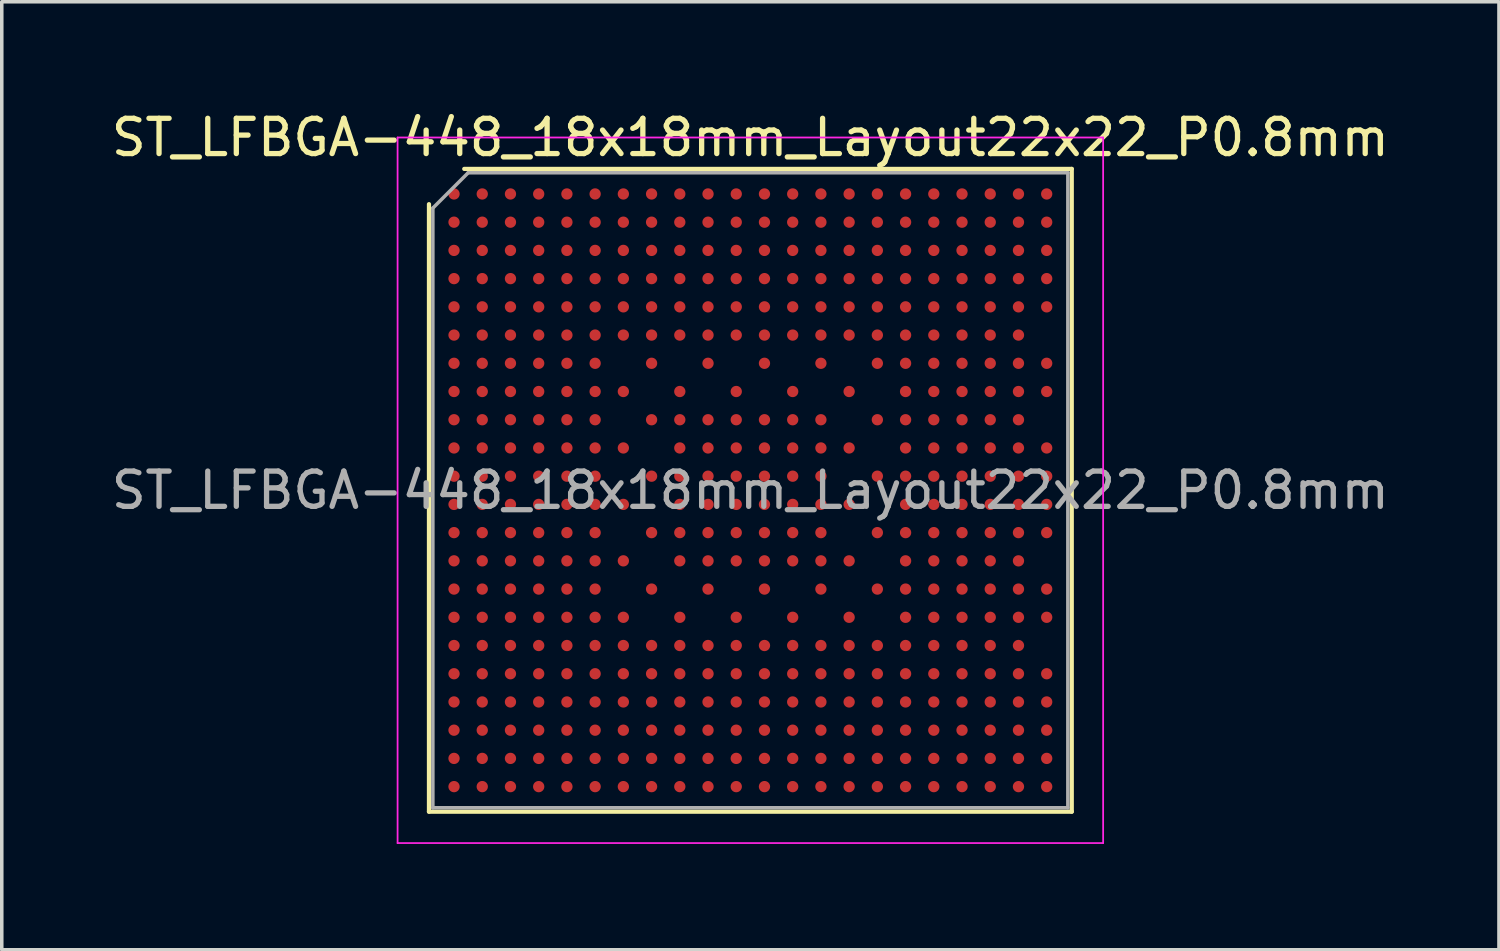
<source format=kicad_pcb>
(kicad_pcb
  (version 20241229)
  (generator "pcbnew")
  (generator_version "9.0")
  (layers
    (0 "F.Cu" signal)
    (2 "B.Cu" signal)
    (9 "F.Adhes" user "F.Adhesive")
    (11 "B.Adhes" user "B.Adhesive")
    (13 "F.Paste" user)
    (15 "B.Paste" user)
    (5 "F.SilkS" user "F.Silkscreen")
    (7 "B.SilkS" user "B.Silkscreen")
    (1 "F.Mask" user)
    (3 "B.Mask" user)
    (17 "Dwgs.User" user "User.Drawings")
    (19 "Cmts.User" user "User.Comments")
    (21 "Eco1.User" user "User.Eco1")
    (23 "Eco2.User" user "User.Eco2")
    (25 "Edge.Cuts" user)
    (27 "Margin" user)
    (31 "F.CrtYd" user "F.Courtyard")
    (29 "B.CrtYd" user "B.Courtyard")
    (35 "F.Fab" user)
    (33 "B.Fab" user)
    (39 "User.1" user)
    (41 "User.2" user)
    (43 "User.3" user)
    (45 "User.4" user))
  (footprint "ST_LFBGA-448_18x18mm_Layout22x22_P0.8mm"
    (layer "F.Cu")
    (at 18.22 10.848)
    (property "Reference" "ST_LFBGA-448_18x18mm_Layout22x22_P0.8mm" (at 0 -10 0) (layer "F.SilkS") (effects (font (size 1 1) (thickness 0.15))))
    (attr smd)
    (fp_line (start -9.11 9.11) (end -9.11 -8.11) (stroke (width 0.12) (type solid)) (layer "F.SilkS"))
    (fp_line (start -8.11 -9.11) (end 9.11 -9.11) (stroke (width 0.12) (type solid)) (layer "F.SilkS"))
    (fp_line (start 9.11 -9.11) (end 9.11 9.11) (stroke (width 0.12) (type solid)) (layer "F.SilkS"))
    (fp_line (start 9.11 9.11) (end -9.11 9.11) (stroke (width 0.12) (type solid)) (layer "F.SilkS"))
    (fp_line (start -10 -10) (end -10 10) (stroke (width 0.05) (type solid)) (layer "F.CrtYd"))
    (fp_line (start -10 10) (end 10 10) (stroke (width 0.05) (type solid)) (layer "F.CrtYd"))
    (fp_line (start 10 -10) (end -10 -10) (stroke (width 0.05) (type solid)) (layer "F.CrtYd"))
    (fp_line (start 10 10) (end 10 -10) (stroke (width 0.05) (type solid)) (layer "F.CrtYd"))
    (fp_line (start -9 -8) (end -8 -9) (stroke (width 0.1) (type solid)) (layer "F.Fab"))
    (fp_line (start -9 9) (end -9 -8) (stroke (width 0.1) (type solid)) (layer "F.Fab"))
    (fp_line (start -8 -9) (end 9 -9) (stroke (width 0.1) (type solid)) (layer "F.Fab"))
    (fp_line (start 9 -9) (end 9 9) (stroke (width 0.1) (type solid)) (layer "F.Fab"))
    (fp_line (start 9 9) (end -9 9) (stroke (width 0.1) (type solid)) (layer "F.Fab"))
    (fp_text user "${REFERENCE}" (at 0 0 0) (layer "F.Fab") (effects (font (size 1 1) (thickness 0.15))))
    (pad "A1" smd circle (at -8.4 -8.4) (size 0.32 0.32) (layers "F.Cu" "F.Mask" "F.Paste"))
    (pad "A2" smd circle (at -7.6 -8.4) (size 0.32 0.32) (layers "F.Cu" "F.Mask" "F.Paste"))
    (pad "A3" smd circle (at -6.8 -8.4) (size 0.32 0.32) (layers "F.Cu" "F.Mask" "F.Paste"))
    (pad "A4" smd circle (at -6 -8.4) (size 0.32 0.32) (layers "F.Cu" "F.Mask" "F.Paste"))
    (pad "A5" smd circle (at -5.2 -8.4) (size 0.32 0.32) (layers "F.Cu" "F.Mask" "F.Paste"))
    (pad "A6" smd circle (at -4.4 -8.4) (size 0.32 0.32) (layers "F.Cu" "F.Mask" "F.Paste"))
    (pad "A7" smd circle (at -3.6 -8.4) (size 0.32 0.32) (layers "F.Cu" "F.Mask" "F.Paste"))
    (pad "A8" smd circle (at -2.8 -8.4) (size 0.32 0.32) (layers "F.Cu" "F.Mask" "F.Paste"))
    (pad "A9" smd circle (at -2 -8.4) (size 0.32 0.32) (layers "F.Cu" "F.Mask" "F.Paste"))
    (pad "A10" smd circle (at -1.2 -8.4) (size 0.32 0.32) (layers "F.Cu" "F.Mask" "F.Paste"))
    (pad "A11" smd circle (at -0.4 -8.4) (size 0.32 0.32) (layers "F.Cu" "F.Mask" "F.Paste"))
    (pad "A12" smd circle (at 0.4 -8.4) (size 0.32 0.32) (layers "F.Cu" "F.Mask" "F.Paste"))
    (pad "A13" smd circle (at 1.2 -8.4) (size 0.32 0.32) (layers "F.Cu" "F.Mask" "F.Paste"))
    (pad "A14" smd circle (at 2 -8.4) (size 0.32 0.32) (layers "F.Cu" "F.Mask" "F.Paste"))
    (pad "A15" smd circle (at 2.8 -8.4) (size 0.32 0.32) (layers "F.Cu" "F.Mask" "F.Paste"))
    (pad "A16" smd circle (at 3.6 -8.4) (size 0.32 0.32) (layers "F.Cu" "F.Mask" "F.Paste"))
    (pad "A17" smd circle (at 4.4 -8.4) (size 0.32 0.32) (layers "F.Cu" "F.Mask" "F.Paste"))
    (pad "A18" smd circle (at 5.2 -8.4) (size 0.32 0.32) (layers "F.Cu" "F.Mask" "F.Paste"))
    (pad "A19" smd circle (at 6 -8.4) (size 0.32 0.32) (layers "F.Cu" "F.Mask" "F.Paste"))
    (pad "A20" smd circle (at 6.8 -8.4) (size 0.32 0.32) (layers "F.Cu" "F.Mask" "F.Paste"))
    (pad "A21" smd circle (at 7.6 -8.4) (size 0.32 0.32) (layers "F.Cu" "F.Mask" "F.Paste"))
    (pad "A22" smd circle (at 8.4 -8.4) (size 0.32 0.32) (layers "F.Cu" "F.Mask" "F.Paste"))
    (pad "AA1" smd circle (at -8.4 7.6) (size 0.32 0.32) (layers "F.Cu" "F.Mask" "F.Paste"))
    (pad "AA2" smd circle (at -7.6 7.6) (size 0.32 0.32) (layers "F.Cu" "F.Mask" "F.Paste"))
    (pad "AA3" smd circle (at -6.8 7.6) (size 0.32 0.32) (layers "F.Cu" "F.Mask" "F.Paste"))
    (pad "AA4" smd circle (at -6 7.6) (size 0.32 0.32) (layers "F.Cu" "F.Mask" "F.Paste"))
    (pad "AA5" smd circle (at -5.2 7.6) (size 0.32 0.32) (layers "F.Cu" "F.Mask" "F.Paste"))
    (pad "AA6" smd circle (at -4.4 7.6) (size 0.32 0.32) (layers "F.Cu" "F.Mask" "F.Paste"))
    (pad "AA7" smd circle (at -3.6 7.6) (size 0.32 0.32) (layers "F.Cu" "F.Mask" "F.Paste"))
    (pad "AA8" smd circle (at -2.8 7.6) (size 0.32 0.32) (layers "F.Cu" "F.Mask" "F.Paste"))
    (pad "AA9" smd circle (at -2 7.6) (size 0.32 0.32) (layers "F.Cu" "F.Mask" "F.Paste"))
    (pad "AA10" smd circle (at -1.2 7.6) (size 0.32 0.32) (layers "F.Cu" "F.Mask" "F.Paste"))
    (pad "AA11" smd circle (at -0.4 7.6) (size 0.32 0.32) (layers "F.Cu" "F.Mask" "F.Paste"))
    (pad "AA12" smd circle (at 0.4 7.6) (size 0.32 0.32) (layers "F.Cu" "F.Mask" "F.Paste"))
    (pad "AA13" smd circle (at 1.2 7.6) (size 0.32 0.32) (layers "F.Cu" "F.Mask" "F.Paste"))
    (pad "AA14" smd circle (at 2 7.6) (size 0.32 0.32) (layers "F.Cu" "F.Mask" "F.Paste"))
    (pad "AA15" smd circle (at 2.8 7.6) (size 0.32 0.32) (layers "F.Cu" "F.Mask" "F.Paste"))
    (pad "AA16" smd circle (at 3.6 7.6) (size 0.32 0.32) (layers "F.Cu" "F.Mask" "F.Paste"))
    (pad "AA17" smd circle (at 4.4 7.6) (size 0.32 0.32) (layers "F.Cu" "F.Mask" "F.Paste"))
    (pad "AA18" smd circle (at 5.2 7.6) (size 0.32 0.32) (layers "F.Cu" "F.Mask" "F.Paste"))
    (pad "AA19" smd circle (at 6 7.6) (size 0.32 0.32) (layers "F.Cu" "F.Mask" "F.Paste"))
    (pad "AA20" smd circle (at 6.8 7.6) (size 0.32 0.32) (layers "F.Cu" "F.Mask" "F.Paste"))
    (pad "AA21" smd circle (at 7.6 7.6) (size 0.32 0.32) (layers "F.Cu" "F.Mask" "F.Paste"))
    (pad "AA22" smd circle (at 8.4 7.6) (size 0.32 0.32) (layers "F.Cu" "F.Mask" "F.Paste"))
    (pad "AB1" smd circle (at -8.4 8.4) (size 0.32 0.32) (layers "F.Cu" "F.Mask" "F.Paste"))
    (pad "AB2" smd circle (at -7.6 8.4) (size 0.32 0.32) (layers "F.Cu" "F.Mask" "F.Paste"))
    (pad "AB3" smd circle (at -6.8 8.4) (size 0.32 0.32) (layers "F.Cu" "F.Mask" "F.Paste"))
    (pad "AB4" smd circle (at -6 8.4) (size 0.32 0.32) (layers "F.Cu" "F.Mask" "F.Paste"))
    (pad "AB5" smd circle (at -5.2 8.4) (size 0.32 0.32) (layers "F.Cu" "F.Mask" "F.Paste"))
    (pad "AB6" smd circle (at -4.4 8.4) (size 0.32 0.32) (layers "F.Cu" "F.Mask" "F.Paste"))
    (pad "AB7" smd circle (at -3.6 8.4) (size 0.32 0.32) (layers "F.Cu" "F.Mask" "F.Paste"))
    (pad "AB8" smd circle (at -2.8 8.4) (size 0.32 0.32) (layers "F.Cu" "F.Mask" "F.Paste"))
    (pad "AB9" smd circle (at -2 8.4) (size 0.32 0.32) (layers "F.Cu" "F.Mask" "F.Paste"))
    (pad "AB10" smd circle (at -1.2 8.4) (size 0.32 0.32) (layers "F.Cu" "F.Mask" "F.Paste"))
    (pad "AB11" smd circle (at -0.4 8.4) (size 0.32 0.32) (layers "F.Cu" "F.Mask" "F.Paste"))
    (pad "AB12" smd circle (at 0.4 8.4) (size 0.32 0.32) (layers "F.Cu" "F.Mask" "F.Paste"))
    (pad "AB13" smd circle (at 1.2 8.4) (size 0.32 0.32) (layers "F.Cu" "F.Mask" "F.Paste"))
    (pad "AB14" smd circle (at 2 8.4) (size 0.32 0.32) (layers "F.Cu" "F.Mask" "F.Paste"))
    (pad "AB15" smd circle (at 2.8 8.4) (size 0.32 0.32) (layers "F.Cu" "F.Mask" "F.Paste"))
    (pad "AB16" smd circle (at 3.6 8.4) (size 0.32 0.32) (layers "F.Cu" "F.Mask" "F.Paste"))
    (pad "AB17" smd circle (at 4.4 8.4) (size 0.32 0.32) (layers "F.Cu" "F.Mask" "F.Paste"))
    (pad "AB18" smd circle (at 5.2 8.4) (size 0.32 0.32) (layers "F.Cu" "F.Mask" "F.Paste"))
    (pad "AB19" smd circle (at 6 8.4) (size 0.32 0.32) (layers "F.Cu" "F.Mask" "F.Paste"))
    (pad "AB20" smd circle (at 6.8 8.4) (size 0.32 0.32) (layers "F.Cu" "F.Mask" "F.Paste"))
    (pad "AB21" smd circle (at 7.6 8.4) (size 0.32 0.32) (layers "F.Cu" "F.Mask" "F.Paste"))
    (pad "AB22" smd circle (at 8.4 8.4) (size 0.32 0.32) (layers "F.Cu" "F.Mask" "F.Paste"))
    (pad "B1" smd circle (at -8.4 -7.6) (size 0.32 0.32) (layers "F.Cu" "F.Mask" "F.Paste"))
    (pad "B2" smd circle (at -7.6 -7.6) (size 0.32 0.32) (layers "F.Cu" "F.Mask" "F.Paste"))
    (pad "B3" smd circle (at -6.8 -7.6) (size 0.32 0.32) (layers "F.Cu" "F.Mask" "F.Paste"))
    (pad "B4" smd circle (at -6 -7.6) (size 0.32 0.32) (layers "F.Cu" "F.Mask" "F.Paste"))
    (pad "B5" smd circle (at -5.2 -7.6) (size 0.32 0.32) (layers "F.Cu" "F.Mask" "F.Paste"))
    (pad "B6" smd circle (at -4.4 -7.6) (size 0.32 0.32) (layers "F.Cu" "F.Mask" "F.Paste"))
    (pad "B7" smd circle (at -3.6 -7.6) (size 0.32 0.32) (layers "F.Cu" "F.Mask" "F.Paste"))
    (pad "B8" smd circle (at -2.8 -7.6) (size 0.32 0.32) (layers "F.Cu" "F.Mask" "F.Paste"))
    (pad "B9" smd circle (at -2 -7.6) (size 0.32 0.32) (layers "F.Cu" "F.Mask" "F.Paste"))
    (pad "B10" smd circle (at -1.2 -7.6) (size 0.32 0.32) (layers "F.Cu" "F.Mask" "F.Paste"))
    (pad "B11" smd circle (at -0.4 -7.6) (size 0.32 0.32) (layers "F.Cu" "F.Mask" "F.Paste"))
    (pad "B12" smd circle (at 0.4 -7.6) (size 0.32 0.32) (layers "F.Cu" "F.Mask" "F.Paste"))
    (pad "B13" smd circle (at 1.2 -7.6) (size 0.32 0.32) (layers "F.Cu" "F.Mask" "F.Paste"))
    (pad "B14" smd circle (at 2 -7.6) (size 0.32 0.32) (layers "F.Cu" "F.Mask" "F.Paste"))
    (pad "B15" smd circle (at 2.8 -7.6) (size 0.32 0.32) (layers "F.Cu" "F.Mask" "F.Paste"))
    (pad "B16" smd circle (at 3.6 -7.6) (size 0.32 0.32) (layers "F.Cu" "F.Mask" "F.Paste"))
    (pad "B17" smd circle (at 4.4 -7.6) (size 0.32 0.32) (layers "F.Cu" "F.Mask" "F.Paste"))
    (pad "B18" smd circle (at 5.2 -7.6) (size 0.32 0.32) (layers "F.Cu" "F.Mask" "F.Paste"))
    (pad "B19" smd circle (at 6 -7.6) (size 0.32 0.32) (layers "F.Cu" "F.Mask" "F.Paste"))
    (pad "B20" smd circle (at 6.8 -7.6) (size 0.32 0.32) (layers "F.Cu" "F.Mask" "F.Paste"))
    (pad "B21" smd circle (at 7.6 -7.6) (size 0.32 0.32) (layers "F.Cu" "F.Mask" "F.Paste"))
    (pad "B22" smd circle (at 8.4 -7.6) (size 0.32 0.32) (layers "F.Cu" "F.Mask" "F.Paste"))
    (pad "C1" smd circle (at -8.4 -6.8) (size 0.32 0.32) (layers "F.Cu" "F.Mask" "F.Paste"))
    (pad "C2" smd circle (at -7.6 -6.8) (size 0.32 0.32) (layers "F.Cu" "F.Mask" "F.Paste"))
    (pad "C3" smd circle (at -6.8 -6.8) (size 0.32 0.32) (layers "F.Cu" "F.Mask" "F.Paste"))
    (pad "C4" smd circle (at -6 -6.8) (size 0.32 0.32) (layers "F.Cu" "F.Mask" "F.Paste"))
    (pad "C5" smd circle (at -5.2 -6.8) (size 0.32 0.32) (layers "F.Cu" "F.Mask" "F.Paste"))
    (pad "C6" smd circle (at -4.4 -6.8) (size 0.32 0.32) (layers "F.Cu" "F.Mask" "F.Paste"))
    (pad "C7" smd circle (at -3.6 -6.8) (size 0.32 0.32) (layers "F.Cu" "F.Mask" "F.Paste"))
    (pad "C8" smd circle (at -2.8 -6.8) (size 0.32 0.32) (layers "F.Cu" "F.Mask" "F.Paste"))
    (pad "C9" smd circle (at -2 -6.8) (size 0.32 0.32) (layers "F.Cu" "F.Mask" "F.Paste"))
    (pad "C10" smd circle (at -1.2 -6.8) (size 0.32 0.32) (layers "F.Cu" "F.Mask" "F.Paste"))
    (pad "C11" smd circle (at -0.4 -6.8) (size 0.32 0.32) (layers "F.Cu" "F.Mask" "F.Paste"))
    (pad "C12" smd circle (at 0.4 -6.8) (size 0.32 0.32) (layers "F.Cu" "F.Mask" "F.Paste"))
    (pad "C13" smd circle (at 1.2 -6.8) (size 0.32 0.32) (layers "F.Cu" "F.Mask" "F.Paste"))
    (pad "C14" smd circle (at 2 -6.8) (size 0.32 0.32) (layers "F.Cu" "F.Mask" "F.Paste"))
    (pad "C15" smd circle (at 2.8 -6.8) (size 0.32 0.32) (layers "F.Cu" "F.Mask" "F.Paste"))
    (pad "C16" smd circle (at 3.6 -6.8) (size 0.32 0.32) (layers "F.Cu" "F.Mask" "F.Paste"))
    (pad "C17" smd circle (at 4.4 -6.8) (size 0.32 0.32) (layers "F.Cu" "F.Mask" "F.Paste"))
    (pad "C18" smd circle (at 5.2 -6.8) (size 0.32 0.32) (layers "F.Cu" "F.Mask" "F.Paste"))
    (pad "C19" smd circle (at 6 -6.8) (size 0.32 0.32) (layers "F.Cu" "F.Mask" "F.Paste"))
    (pad "C20" smd circle (at 6.8 -6.8) (size 0.32 0.32) (layers "F.Cu" "F.Mask" "F.Paste"))
    (pad "C21" smd circle (at 7.6 -6.8) (size 0.32 0.32) (layers "F.Cu" "F.Mask" "F.Paste"))
    (pad "C22" smd circle (at 8.4 -6.8) (size 0.32 0.32) (layers "F.Cu" "F.Mask" "F.Paste"))
    (pad "D1" smd circle (at -8.4 -6) (size 0.32 0.32) (layers "F.Cu" "F.Mask" "F.Paste"))
    (pad "D2" smd circle (at -7.6 -6) (size 0.32 0.32) (layers "F.Cu" "F.Mask" "F.Paste"))
    (pad "D3" smd circle (at -6.8 -6) (size 0.32 0.32) (layers "F.Cu" "F.Mask" "F.Paste"))
    (pad "D4" smd circle (at -6 -6) (size 0.32 0.32) (layers "F.Cu" "F.Mask" "F.Paste"))
    (pad "D5" smd circle (at -5.2 -6) (size 0.32 0.32) (layers "F.Cu" "F.Mask" "F.Paste"))
    (pad "D6" smd circle (at -4.4 -6) (size 0.32 0.32) (layers "F.Cu" "F.Mask" "F.Paste"))
    (pad "D7" smd circle (at -3.6 -6) (size 0.32 0.32) (layers "F.Cu" "F.Mask" "F.Paste"))
    (pad "D8" smd circle (at -2.8 -6) (size 0.32 0.32) (layers "F.Cu" "F.Mask" "F.Paste"))
    (pad "D9" smd circle (at -2 -6) (size 0.32 0.32) (layers "F.Cu" "F.Mask" "F.Paste"))
    (pad "D10" smd circle (at -1.2 -6) (size 0.32 0.32) (layers "F.Cu" "F.Mask" "F.Paste"))
    (pad "D11" smd circle (at -0.4 -6) (size 0.32 0.32) (layers "F.Cu" "F.Mask" "F.Paste"))
    (pad "D12" smd circle (at 0.4 -6) (size 0.32 0.32) (layers "F.Cu" "F.Mask" "F.Paste"))
    (pad "D13" smd circle (at 1.2 -6) (size 0.32 0.32) (layers "F.Cu" "F.Mask" "F.Paste"))
    (pad "D14" smd circle (at 2 -6) (size 0.32 0.32) (layers "F.Cu" "F.Mask" "F.Paste"))
    (pad "D15" smd circle (at 2.8 -6) (size 0.32 0.32) (layers "F.Cu" "F.Mask" "F.Paste"))
    (pad "D16" smd circle (at 3.6 -6) (size 0.32 0.32) (layers "F.Cu" "F.Mask" "F.Paste"))
    (pad "D17" smd circle (at 4.4 -6) (size 0.32 0.32) (layers "F.Cu" "F.Mask" "F.Paste"))
    (pad "D18" smd circle (at 5.2 -6) (size 0.32 0.32) (layers "F.Cu" "F.Mask" "F.Paste"))
    (pad "D19" smd circle (at 6 -6) (size 0.32 0.32) (layers "F.Cu" "F.Mask" "F.Paste"))
    (pad "D20" smd circle (at 6.8 -6) (size 0.32 0.32) (layers "F.Cu" "F.Mask" "F.Paste"))
    (pad "D21" smd circle (at 7.6 -6) (size 0.32 0.32) (layers "F.Cu" "F.Mask" "F.Paste"))
    (pad "D22" smd circle (at 8.4 -6) (size 0.32 0.32) (layers "F.Cu" "F.Mask" "F.Paste"))
    (pad "E1" smd circle (at -8.4 -5.2) (size 0.32 0.32) (layers "F.Cu" "F.Mask" "F.Paste"))
    (pad "E2" smd circle (at -7.6 -5.2) (size 0.32 0.32) (layers "F.Cu" "F.Mask" "F.Paste"))
    (pad "E3" smd circle (at -6.8 -5.2) (size 0.32 0.32) (layers "F.Cu" "F.Mask" "F.Paste"))
    (pad "E4" smd circle (at -6 -5.2) (size 0.32 0.32) (layers "F.Cu" "F.Mask" "F.Paste"))
    (pad "E5" smd circle (at -5.2 -5.2) (size 0.32 0.32) (layers "F.Cu" "F.Mask" "F.Paste"))
    (pad "E6" smd circle (at -4.4 -5.2) (size 0.32 0.32) (layers "F.Cu" "F.Mask" "F.Paste"))
    (pad "E7" smd circle (at -3.6 -5.2) (size 0.32 0.32) (layers "F.Cu" "F.Mask" "F.Paste"))
    (pad "E8" smd circle (at -2.8 -5.2) (size 0.32 0.32) (layers "F.Cu" "F.Mask" "F.Paste"))
    (pad "E9" smd circle (at -2 -5.2) (size 0.32 0.32) (layers "F.Cu" "F.Mask" "F.Paste"))
    (pad "E10" smd circle (at -1.2 -5.2) (size 0.32 0.32) (layers "F.Cu" "F.Mask" "F.Paste"))
    (pad "E11" smd circle (at -0.4 -5.2) (size 0.32 0.32) (layers "F.Cu" "F.Mask" "F.Paste"))
    (pad "E12" smd circle (at 0.4 -5.2) (size 0.32 0.32) (layers "F.Cu" "F.Mask" "F.Paste"))
    (pad "E13" smd circle (at 1.2 -5.2) (size 0.32 0.32) (layers "F.Cu" "F.Mask" "F.Paste"))
    (pad "E14" smd circle (at 2 -5.2) (size 0.32 0.32) (layers "F.Cu" "F.Mask" "F.Paste"))
    (pad "E15" smd circle (at 2.8 -5.2) (size 0.32 0.32) (layers "F.Cu" "F.Mask" "F.Paste"))
    (pad "E16" smd circle (at 3.6 -5.2) (size 0.32 0.32) (layers "F.Cu" "F.Mask" "F.Paste"))
    (pad "E17" smd circle (at 4.4 -5.2) (size 0.32 0.32) (layers "F.Cu" "F.Mask" "F.Paste"))
    (pad "E18" smd circle (at 5.2 -5.2) (size 0.32 0.32) (layers "F.Cu" "F.Mask" "F.Paste"))
    (pad "E19" smd circle (at 6 -5.2) (size 0.32 0.32) (layers "F.Cu" "F.Mask" "F.Paste"))
    (pad "E20" smd circle (at 6.8 -5.2) (size 0.32 0.32) (layers "F.Cu" "F.Mask" "F.Paste"))
    (pad "E21" smd circle (at 7.6 -5.2) (size 0.32 0.32) (layers "F.Cu" "F.Mask" "F.Paste"))
    (pad "E22" smd circle (at 8.4 -5.2) (size 0.32 0.32) (layers "F.Cu" "F.Mask" "F.Paste"))
    (pad "F1" smd circle (at -8.4 -4.4) (size 0.32 0.32) (layers "F.Cu" "F.Mask" "F.Paste"))
    (pad "F2" smd circle (at -7.6 -4.4) (size 0.32 0.32) (layers "F.Cu" "F.Mask" "F.Paste"))
    (pad "F3" smd circle (at -6.8 -4.4) (size 0.32 0.32) (layers "F.Cu" "F.Mask" "F.Paste"))
    (pad "F4" smd circle (at -6 -4.4) (size 0.32 0.32) (layers "F.Cu" "F.Mask" "F.Paste"))
    (pad "F5" smd circle (at -5.2 -4.4) (size 0.32 0.32) (layers "F.Cu" "F.Mask" "F.Paste"))
    (pad "F6" smd circle (at -4.4 -4.4) (size 0.32 0.32) (layers "F.Cu" "F.Mask" "F.Paste"))
    (pad "F7" smd circle (at -3.6 -4.4) (size 0.32 0.32) (layers "F.Cu" "F.Mask" "F.Paste"))
    (pad "F8" smd circle (at -2.8 -4.4) (size 0.32 0.32) (layers "F.Cu" "F.Mask" "F.Paste"))
    (pad "F9" smd circle (at -2 -4.4) (size 0.32 0.32) (layers "F.Cu" "F.Mask" "F.Paste"))
    (pad "F10" smd circle (at -1.2 -4.4) (size 0.32 0.32) (layers "F.Cu" "F.Mask" "F.Paste"))
    (pad "F11" smd circle (at -0.4 -4.4) (size 0.32 0.32) (layers "F.Cu" "F.Mask" "F.Paste"))
    (pad "F12" smd circle (at 0.4 -4.4) (size 0.32 0.32) (layers "F.Cu" "F.Mask" "F.Paste"))
    (pad "F13" smd circle (at 1.2 -4.4) (size 0.32 0.32) (layers "F.Cu" "F.Mask" "F.Paste"))
    (pad "F14" smd circle (at 2 -4.4) (size 0.32 0.32) (layers "F.Cu" "F.Mask" "F.Paste"))
    (pad "F15" smd circle (at 2.8 -4.4) (size 0.32 0.32) (layers "F.Cu" "F.Mask" "F.Paste"))
    (pad "F16" smd circle (at 3.6 -4.4) (size 0.32 0.32) (layers "F.Cu" "F.Mask" "F.Paste"))
    (pad "F17" smd circle (at 4.4 -4.4) (size 0.32 0.32) (layers "F.Cu" "F.Mask" "F.Paste"))
    (pad "F18" smd circle (at 5.2 -4.4) (size 0.32 0.32) (layers "F.Cu" "F.Mask" "F.Paste"))
    (pad "F19" smd circle (at 6 -4.4) (size 0.32 0.32) (layers "F.Cu" "F.Mask" "F.Paste"))
    (pad "F20" smd circle (at 6.8 -4.4) (size 0.32 0.32) (layers "F.Cu" "F.Mask" "F.Paste"))
    (pad "F21" smd circle (at 7.6 -4.4) (size 0.32 0.32) (layers "F.Cu" "F.Mask" "F.Paste"))
    (pad "G1" smd circle (at -8.4 -3.6) (size 0.32 0.32) (layers "F.Cu" "F.Mask" "F.Paste"))
    (pad "G2" smd circle (at -7.6 -3.6) (size 0.32 0.32) (layers "F.Cu" "F.Mask" "F.Paste"))
    (pad "G3" smd circle (at -6.8 -3.6) (size 0.32 0.32) (layers "F.Cu" "F.Mask" "F.Paste"))
    (pad "G4" smd circle (at -6 -3.6) (size 0.32 0.32) (layers "F.Cu" "F.Mask" "F.Paste"))
    (pad "G5" smd circle (at -5.2 -3.6) (size 0.32 0.32) (layers "F.Cu" "F.Mask" "F.Paste"))
    (pad "G6" smd circle (at -4.4 -3.6) (size 0.32 0.32) (layers "F.Cu" "F.Mask" "F.Paste"))
    (pad "G8" smd circle (at -2.8 -3.6) (size 0.32 0.32) (layers "F.Cu" "F.Mask" "F.Paste"))
    (pad "G10" smd circle (at -1.2 -3.6) (size 0.32 0.32) (layers "F.Cu" "F.Mask" "F.Paste"))
    (pad "G12" smd circle (at 0.4 -3.6) (size 0.32 0.32) (layers "F.Cu" "F.Mask" "F.Paste"))
    (pad "G14" smd circle (at 2 -3.6) (size 0.32 0.32) (layers "F.Cu" "F.Mask" "F.Paste"))
    (pad "G16" smd circle (at 3.6 -3.6) (size 0.32 0.32) (layers "F.Cu" "F.Mask" "F.Paste"))
    (pad "G17" smd circle (at 4.4 -3.6) (size 0.32 0.32) (layers "F.Cu" "F.Mask" "F.Paste"))
    (pad "G18" smd circle (at 5.2 -3.6) (size 0.32 0.32) (layers "F.Cu" "F.Mask" "F.Paste"))
    (pad "G19" smd circle (at 6 -3.6) (size 0.32 0.32) (layers "F.Cu" "F.Mask" "F.Paste"))
    (pad "G20" smd circle (at 6.8 -3.6) (size 0.32 0.32) (layers "F.Cu" "F.Mask" "F.Paste"))
    (pad "G21" smd circle (at 7.6 -3.6) (size 0.32 0.32) (layers "F.Cu" "F.Mask" "F.Paste"))
    (pad "G22" smd circle (at 8.4 -3.6) (size 0.32 0.32) (layers "F.Cu" "F.Mask" "F.Paste"))
    (pad "H1" smd circle (at -8.4 -2.8) (size 0.32 0.32) (layers "F.Cu" "F.Mask" "F.Paste"))
    (pad "H2" smd circle (at -7.6 -2.8) (size 0.32 0.32) (layers "F.Cu" "F.Mask" "F.Paste"))
    (pad "H3" smd circle (at -6.8 -2.8) (size 0.32 0.32) (layers "F.Cu" "F.Mask" "F.Paste"))
    (pad "H4" smd circle (at -6 -2.8) (size 0.32 0.32) (layers "F.Cu" "F.Mask" "F.Paste"))
    (pad "H5" smd circle (at -5.2 -2.8) (size 0.32 0.32) (layers "F.Cu" "F.Mask" "F.Paste"))
    (pad "H6" smd circle (at -4.4 -2.8) (size 0.32 0.32) (layers "F.Cu" "F.Mask" "F.Paste"))
    (pad "H7" smd circle (at -3.6 -2.8) (size 0.32 0.32) (layers "F.Cu" "F.Mask" "F.Paste"))
    (pad "H9" smd circle (at -2 -2.8) (size 0.32 0.32) (layers "F.Cu" "F.Mask" "F.Paste"))
    (pad "H11" smd circle (at -0.4 -2.8) (size 0.32 0.32) (layers "F.Cu" "F.Mask" "F.Paste"))
    (pad "H13" smd circle (at 1.2 -2.8) (size 0.32 0.32) (layers "F.Cu" "F.Mask" "F.Paste"))
    (pad "H15" smd circle (at 2.8 -2.8) (size 0.32 0.32) (layers "F.Cu" "F.Mask" "F.Paste"))
    (pad "H17" smd circle (at 4.4 -2.8) (size 0.32 0.32) (layers "F.Cu" "F.Mask" "F.Paste"))
    (pad "H18" smd circle (at 5.2 -2.8) (size 0.32 0.32) (layers "F.Cu" "F.Mask" "F.Paste"))
    (pad "H19" smd circle (at 6 -2.8) (size 0.32 0.32) (layers "F.Cu" "F.Mask" "F.Paste"))
    (pad "H20" smd circle (at 6.8 -2.8) (size 0.32 0.32) (layers "F.Cu" "F.Mask" "F.Paste"))
    (pad "H21" smd circle (at 7.6 -2.8) (size 0.32 0.32) (layers "F.Cu" "F.Mask" "F.Paste"))
    (pad "H22" smd circle (at 8.4 -2.8) (size 0.32 0.32) (layers "F.Cu" "F.Mask" "F.Paste"))
    (pad "J1" smd circle (at -8.4 -2) (size 0.32 0.32) (layers "F.Cu" "F.Mask" "F.Paste"))
    (pad "J2" smd circle (at -7.6 -2) (size 0.32 0.32) (layers "F.Cu" "F.Mask" "F.Paste"))
    (pad "J3" smd circle (at -6.8 -2) (size 0.32 0.32) (layers "F.Cu" "F.Mask" "F.Paste"))
    (pad "J4" smd circle (at -6 -2) (size 0.32 0.32) (layers "F.Cu" "F.Mask" "F.Paste"))
    (pad "J5" smd circle (at -5.2 -2) (size 0.32 0.32) (layers "F.Cu" "F.Mask" "F.Paste"))
    (pad "J6" smd circle (at -4.4 -2) (size 0.32 0.32) (layers "F.Cu" "F.Mask" "F.Paste"))
    (pad "J8" smd circle (at -2.8 -2) (size 0.32 0.32) (layers "F.Cu" "F.Mask" "F.Paste"))
    (pad "J9" smd circle (at -2 -2) (size 0.32 0.32) (layers "F.Cu" "F.Mask" "F.Paste"))
    (pad "J10" smd circle (at -1.2 -2) (size 0.32 0.32) (layers "F.Cu" "F.Mask" "F.Paste"))
    (pad "J11" smd circle (at -0.4 -2) (size 0.32 0.32) (layers "F.Cu" "F.Mask" "F.Paste"))
    (pad "J12" smd circle (at 0.4 -2) (size 0.32 0.32) (layers "F.Cu" "F.Mask" "F.Paste"))
    (pad "J13" smd circle (at 1.2 -2) (size 0.32 0.32) (layers "F.Cu" "F.Mask" "F.Paste"))
    (pad "J14" smd circle (at 2 -2) (size 0.32 0.32) (layers "F.Cu" "F.Mask" "F.Paste"))
    (pad "J16" smd circle (at 3.6 -2) (size 0.32 0.32) (layers "F.Cu" "F.Mask" "F.Paste"))
    (pad "J17" smd circle (at 4.4 -2) (size 0.32 0.32) (layers "F.Cu" "F.Mask" "F.Paste"))
    (pad "J18" smd circle (at 5.2 -2) (size 0.32 0.32) (layers "F.Cu" "F.Mask" "F.Paste"))
    (pad "J19" smd circle (at 6 -2) (size 0.32 0.32) (layers "F.Cu" "F.Mask" "F.Paste"))
    (pad "J20" smd circle (at 6.8 -2) (size 0.32 0.32) (layers "F.Cu" "F.Mask" "F.Paste"))
    (pad "J21" smd circle (at 7.6 -2) (size 0.32 0.32) (layers "F.Cu" "F.Mask" "F.Paste"))
    (pad "K1" smd circle (at -8.4 -1.2) (size 0.32 0.32) (layers "F.Cu" "F.Mask" "F.Paste"))
    (pad "K2" smd circle (at -7.6 -1.2) (size 0.32 0.32) (layers "F.Cu" "F.Mask" "F.Paste"))
    (pad "K3" smd circle (at -6.8 -1.2) (size 0.32 0.32) (layers "F.Cu" "F.Mask" "F.Paste"))
    (pad "K4" smd circle (at -6 -1.2) (size 0.32 0.32) (layers "F.Cu" "F.Mask" "F.Paste"))
    (pad "K5" smd circle (at -5.2 -1.2) (size 0.32 0.32) (layers "F.Cu" "F.Mask" "F.Paste"))
    (pad "K6" smd circle (at -4.4 -1.2) (size 0.32 0.32) (layers "F.Cu" "F.Mask" "F.Paste"))
    (pad "K7" smd circle (at -3.6 -1.2) (size 0.32 0.32) (layers "F.Cu" "F.Mask" "F.Paste"))
    (pad "K9" smd circle (at -2 -1.2) (size 0.32 0.32) (layers "F.Cu" "F.Mask" "F.Paste"))
    (pad "K10" smd circle (at -1.2 -1.2) (size 0.32 0.32) (layers "F.Cu" "F.Mask" "F.Paste"))
    (pad "K11" smd circle (at -0.4 -1.2) (size 0.32 0.32) (layers "F.Cu" "F.Mask" "F.Paste"))
    (pad "K12" smd circle (at 0.4 -1.2) (size 0.32 0.32) (layers "F.Cu" "F.Mask" "F.Paste"))
    (pad "K13" smd circle (at 1.2 -1.2) (size 0.32 0.32) (layers "F.Cu" "F.Mask" "F.Paste"))
    (pad "K14" smd circle (at 2 -1.2) (size 0.32 0.32) (layers "F.Cu" "F.Mask" "F.Paste"))
    (pad "K15" smd circle (at 2.8 -1.2) (size 0.32 0.32) (layers "F.Cu" "F.Mask" "F.Paste"))
    (pad "K17" smd circle (at 4.4 -1.2) (size 0.32 0.32) (layers "F.Cu" "F.Mask" "F.Paste"))
    (pad "K18" smd circle (at 5.2 -1.2) (size 0.32 0.32) (layers "F.Cu" "F.Mask" "F.Paste"))
    (pad "K19" smd circle (at 6 -1.2) (size 0.32 0.32) (layers "F.Cu" "F.Mask" "F.Paste"))
    (pad "K20" smd circle (at 6.8 -1.2) (size 0.32 0.32) (layers "F.Cu" "F.Mask" "F.Paste"))
    (pad "K21" smd circle (at 7.6 -1.2) (size 0.32 0.32) (layers "F.Cu" "F.Mask" "F.Paste"))
    (pad "K22" smd circle (at 8.4 -1.2) (size 0.32 0.32) (layers "F.Cu" "F.Mask" "F.Paste"))
    (pad "L1" smd circle (at -8.4 -0.4) (size 0.32 0.32) (layers "F.Cu" "F.Mask" "F.Paste"))
    (pad "L2" smd circle (at -7.6 -0.4) (size 0.32 0.32) (layers "F.Cu" "F.Mask" "F.Paste"))
    (pad "L3" smd circle (at -6.8 -0.4) (size 0.32 0.32) (layers "F.Cu" "F.Mask" "F.Paste"))
    (pad "L4" smd circle (at -6 -0.4) (size 0.32 0.32) (layers "F.Cu" "F.Mask" "F.Paste"))
    (pad "L5" smd circle (at -5.2 -0.4) (size 0.32 0.32) (layers "F.Cu" "F.Mask" "F.Paste"))
    (pad "L6" smd circle (at -4.4 -0.4) (size 0.32 0.32) (layers "F.Cu" "F.Mask" "F.Paste"))
    (pad "L8" smd circle (at -2.8 -0.4) (size 0.32 0.32) (layers "F.Cu" "F.Mask" "F.Paste"))
    (pad "L9" smd circle (at -2 -0.4) (size 0.32 0.32) (layers "F.Cu" "F.Mask" "F.Paste"))
    (pad "L10" smd circle (at -1.2 -0.4) (size 0.32 0.32) (layers "F.Cu" "F.Mask" "F.Paste"))
    (pad "L11" smd circle (at -0.4 -0.4) (size 0.32 0.32) (layers "F.Cu" "F.Mask" "F.Paste"))
    (pad "L12" smd circle (at 0.4 -0.4) (size 0.32 0.32) (layers "F.Cu" "F.Mask" "F.Paste"))
    (pad "L13" smd circle (at 1.2 -0.4) (size 0.32 0.32) (layers "F.Cu" "F.Mask" "F.Paste"))
    (pad "L14" smd circle (at 2 -0.4) (size 0.32 0.32) (layers "F.Cu" "F.Mask" "F.Paste"))
    (pad "L16" smd circle (at 3.6 -0.4) (size 0.32 0.32) (layers "F.Cu" "F.Mask" "F.Paste"))
    (pad "L17" smd circle (at 4.4 -0.4) (size 0.32 0.32) (layers "F.Cu" "F.Mask" "F.Paste"))
    (pad "L18" smd circle (at 5.2 -0.4) (size 0.32 0.32) (layers "F.Cu" "F.Mask" "F.Paste"))
    (pad "L19" smd circle (at 6 -0.4) (size 0.32 0.32) (layers "F.Cu" "F.Mask" "F.Paste"))
    (pad "L20" smd circle (at 6.8 -0.4) (size 0.32 0.32) (layers "F.Cu" "F.Mask" "F.Paste"))
    (pad "L21" smd circle (at 7.6 -0.4) (size 0.32 0.32) (layers "F.Cu" "F.Mask" "F.Paste"))
    (pad "L22" smd circle (at 8.4 -0.4) (size 0.32 0.32) (layers "F.Cu" "F.Mask" "F.Paste"))
    (pad "M1" smd circle (at -8.4 0.4) (size 0.32 0.32) (layers "F.Cu" "F.Mask" "F.Paste"))
    (pad "M2" smd circle (at -7.6 0.4) (size 0.32 0.32) (layers "F.Cu" "F.Mask" "F.Paste"))
    (pad "M3" smd circle (at -6.8 0.4) (size 0.32 0.32) (layers "F.Cu" "F.Mask" "F.Paste"))
    (pad "M4" smd circle (at -6 0.4) (size 0.32 0.32) (layers "F.Cu" "F.Mask" "F.Paste"))
    (pad "M5" smd circle (at -5.2 0.4) (size 0.32 0.32) (layers "F.Cu" "F.Mask" "F.Paste"))
    (pad "M6" smd circle (at -4.4 0.4) (size 0.32 0.32) (layers "F.Cu" "F.Mask" "F.Paste"))
    (pad "M7" smd circle (at -3.6 0.4) (size 0.32 0.32) (layers "F.Cu" "F.Mask" "F.Paste"))
    (pad "M9" smd circle (at -2 0.4) (size 0.32 0.32) (layers "F.Cu" "F.Mask" "F.Paste"))
    (pad "M10" smd circle (at -1.2 0.4) (size 0.32 0.32) (layers "F.Cu" "F.Mask" "F.Paste"))
    (pad "M11" smd circle (at -0.4 0.4) (size 0.32 0.32) (layers "F.Cu" "F.Mask" "F.Paste"))
    (pad "M12" smd circle (at 0.4 0.4) (size 0.32 0.32) (layers "F.Cu" "F.Mask" "F.Paste"))
    (pad "M13" smd circle (at 1.2 0.4) (size 0.32 0.32) (layers "F.Cu" "F.Mask" "F.Paste"))
    (pad "M14" smd circle (at 2 0.4) (size 0.32 0.32) (layers "F.Cu" "F.Mask" "F.Paste"))
    (pad "M15" smd circle (at 2.8 0.4) (size 0.32 0.32) (layers "F.Cu" "F.Mask" "F.Paste"))
    (pad "M17" smd circle (at 4.4 0.4) (size 0.32 0.32) (layers "F.Cu" "F.Mask" "F.Paste"))
    (pad "M18" smd circle (at 5.2 0.4) (size 0.32 0.32) (layers "F.Cu" "F.Mask" "F.Paste"))
    (pad "M19" smd circle (at 6 0.4) (size 0.32 0.32) (layers "F.Cu" "F.Mask" "F.Paste"))
    (pad "M20" smd circle (at 6.8 0.4) (size 0.32 0.32) (layers "F.Cu" "F.Mask" "F.Paste"))
    (pad "M21" smd circle (at 7.6 0.4) (size 0.32 0.32) (layers "F.Cu" "F.Mask" "F.Paste"))
    (pad "M22" smd circle (at 8.4 0.4) (size 0.32 0.32) (layers "F.Cu" "F.Mask" "F.Paste"))
    (pad "N1" smd circle (at -8.4 1.2) (size 0.32 0.32) (layers "F.Cu" "F.Mask" "F.Paste"))
    (pad "N2" smd circle (at -7.6 1.2) (size 0.32 0.32) (layers "F.Cu" "F.Mask" "F.Paste"))
    (pad "N3" smd circle (at -6.8 1.2) (size 0.32 0.32) (layers "F.Cu" "F.Mask" "F.Paste"))
    (pad "N4" smd circle (at -6 1.2) (size 0.32 0.32) (layers "F.Cu" "F.Mask" "F.Paste"))
    (pad "N5" smd circle (at -5.2 1.2) (size 0.32 0.32) (layers "F.Cu" "F.Mask" "F.Paste"))
    (pad "N6" smd circle (at -4.4 1.2) (size 0.32 0.32) (layers "F.Cu" "F.Mask" "F.Paste"))
    (pad "N8" smd circle (at -2.8 1.2) (size 0.32 0.32) (layers "F.Cu" "F.Mask" "F.Paste"))
    (pad "N9" smd circle (at -2 1.2) (size 0.32 0.32) (layers "F.Cu" "F.Mask" "F.Paste"))
    (pad "N10" smd circle (at -1.2 1.2) (size 0.32 0.32) (layers "F.Cu" "F.Mask" "F.Paste"))
    (pad "N11" smd circle (at -0.4 1.2) (size 0.32 0.32) (layers "F.Cu" "F.Mask" "F.Paste"))
    (pad "N12" smd circle (at 0.4 1.2) (size 0.32 0.32) (layers "F.Cu" "F.Mask" "F.Paste"))
    (pad "N13" smd circle (at 1.2 1.2) (size 0.32 0.32) (layers "F.Cu" "F.Mask" "F.Paste"))
    (pad "N14" smd circle (at 2 1.2) (size 0.32 0.32) (layers "F.Cu" "F.Mask" "F.Paste"))
    (pad "N16" smd circle (at 3.6 1.2) (size 0.32 0.32) (layers "F.Cu" "F.Mask" "F.Paste"))
    (pad "N17" smd circle (at 4.4 1.2) (size 0.32 0.32) (layers "F.Cu" "F.Mask" "F.Paste"))
    (pad "N18" smd circle (at 5.2 1.2) (size 0.32 0.32) (layers "F.Cu" "F.Mask" "F.Paste"))
    (pad "N19" smd circle (at 6 1.2) (size 0.32 0.32) (layers "F.Cu" "F.Mask" "F.Paste"))
    (pad "N20" smd circle (at 6.8 1.2) (size 0.32 0.32) (layers "F.Cu" "F.Mask" "F.Paste"))
    (pad "N21" smd circle (at 7.6 1.2) (size 0.32 0.32) (layers "F.Cu" "F.Mask" "F.Paste"))
    (pad "N22" smd circle (at 8.4 1.2) (size 0.32 0.32) (layers "F.Cu" "F.Mask" "F.Paste"))
    (pad "P1" smd circle (at -8.4 2) (size 0.32 0.32) (layers "F.Cu" "F.Mask" "F.Paste"))
    (pad "P2" smd circle (at -7.6 2) (size 0.32 0.32) (layers "F.Cu" "F.Mask" "F.Paste"))
    (pad "P3" smd circle (at -6.8 2) (size 0.32 0.32) (layers "F.Cu" "F.Mask" "F.Paste"))
    (pad "P4" smd circle (at -6 2) (size 0.32 0.32) (layers "F.Cu" "F.Mask" "F.Paste"))
    (pad "P5" smd circle (at -5.2 2) (size 0.32 0.32) (layers "F.Cu" "F.Mask" "F.Paste"))
    (pad "P6" smd circle (at -4.4 2) (size 0.32 0.32) (layers "F.Cu" "F.Mask" "F.Paste"))
    (pad "P7" smd circle (at -3.6 2) (size 0.32 0.32) (layers "F.Cu" "F.Mask" "F.Paste"))
    (pad "P9" smd circle (at -2 2) (size 0.32 0.32) (layers "F.Cu" "F.Mask" "F.Paste"))
    (pad "P10" smd circle (at -1.2 2) (size 0.32 0.32) (layers "F.Cu" "F.Mask" "F.Paste"))
    (pad "P11" smd circle (at -0.4 2) (size 0.32 0.32) (layers "F.Cu" "F.Mask" "F.Paste"))
    (pad "P12" smd circle (at 0.4 2) (size 0.32 0.32) (layers "F.Cu" "F.Mask" "F.Paste"))
    (pad "P13" smd circle (at 1.2 2) (size 0.32 0.32) (layers "F.Cu" "F.Mask" "F.Paste"))
    (pad "P14" smd circle (at 2 2) (size 0.32 0.32) (layers "F.Cu" "F.Mask" "F.Paste"))
    (pad "P15" smd circle (at 2.8 2) (size 0.32 0.32) (layers "F.Cu" "F.Mask" "F.Paste"))
    (pad "P17" smd circle (at 4.4 2) (size 0.32 0.32) (layers "F.Cu" "F.Mask" "F.Paste"))
    (pad "P18" smd circle (at 5.2 2) (size 0.32 0.32) (layers "F.Cu" "F.Mask" "F.Paste"))
    (pad "P19" smd circle (at 6 2) (size 0.32 0.32) (layers "F.Cu" "F.Mask" "F.Paste"))
    (pad "P20" smd circle (at 6.8 2) (size 0.32 0.32) (layers "F.Cu" "F.Mask" "F.Paste"))
    (pad "P21" smd circle (at 7.6 2) (size 0.32 0.32) (layers "F.Cu" "F.Mask" "F.Paste"))
    (pad "R1" smd circle (at -8.4 2.8) (size 0.32 0.32) (layers "F.Cu" "F.Mask" "F.Paste"))
    (pad "R2" smd circle (at -7.6 2.8) (size 0.32 0.32) (layers "F.Cu" "F.Mask" "F.Paste"))
    (pad "R3" smd circle (at -6.8 2.8) (size 0.32 0.32) (layers "F.Cu" "F.Mask" "F.Paste"))
    (pad "R4" smd circle (at -6 2.8) (size 0.32 0.32) (layers "F.Cu" "F.Mask" "F.Paste"))
    (pad "R5" smd circle (at -5.2 2.8) (size 0.32 0.32) (layers "F.Cu" "F.Mask" "F.Paste"))
    (pad "R6" smd circle (at -4.4 2.8) (size 0.32 0.32) (layers "F.Cu" "F.Mask" "F.Paste"))
    (pad "R8" smd circle (at -2.8 2.8) (size 0.32 0.32) (layers "F.Cu" "F.Mask" "F.Paste"))
    (pad "R10" smd circle (at -1.2 2.8) (size 0.32 0.32) (layers "F.Cu" "F.Mask" "F.Paste"))
    (pad "R12" smd circle (at 0.4 2.8) (size 0.32 0.32) (layers "F.Cu" "F.Mask" "F.Paste"))
    (pad "R14" smd circle (at 2 2.8) (size 0.32 0.32) (layers "F.Cu" "F.Mask" "F.Paste"))
    (pad "R16" smd circle (at 3.6 2.8) (size 0.32 0.32) (layers "F.Cu" "F.Mask" "F.Paste"))
    (pad "R17" smd circle (at 4.4 2.8) (size 0.32 0.32) (layers "F.Cu" "F.Mask" "F.Paste"))
    (pad "R18" smd circle (at 5.2 2.8) (size 0.32 0.32) (layers "F.Cu" "F.Mask" "F.Paste"))
    (pad "R19" smd circle (at 6 2.8) (size 0.32 0.32) (layers "F.Cu" "F.Mask" "F.Paste"))
    (pad "R20" smd circle (at 6.8 2.8) (size 0.32 0.32) (layers "F.Cu" "F.Mask" "F.Paste"))
    (pad "R21" smd circle (at 7.6 2.8) (size 0.32 0.32) (layers "F.Cu" "F.Mask" "F.Paste"))
    (pad "R22" smd circle (at 8.4 2.8) (size 0.32 0.32) (layers "F.Cu" "F.Mask" "F.Paste"))
    (pad "T1" smd circle (at -8.4 3.6) (size 0.32 0.32) (layers "F.Cu" "F.Mask" "F.Paste"))
    (pad "T2" smd circle (at -7.6 3.6) (size 0.32 0.32) (layers "F.Cu" "F.Mask" "F.Paste"))
    (pad "T3" smd circle (at -6.8 3.6) (size 0.32 0.32) (layers "F.Cu" "F.Mask" "F.Paste"))
    (pad "T4" smd circle (at -6 3.6) (size 0.32 0.32) (layers "F.Cu" "F.Mask" "F.Paste"))
    (pad "T5" smd circle (at -5.2 3.6) (size 0.32 0.32) (layers "F.Cu" "F.Mask" "F.Paste"))
    (pad "T6" smd circle (at -4.4 3.6) (size 0.32 0.32) (layers "F.Cu" "F.Mask" "F.Paste"))
    (pad "T7" smd circle (at -3.6 3.6) (size 0.32 0.32) (layers "F.Cu" "F.Mask" "F.Paste"))
    (pad "T9" smd circle (at -2 3.6) (size 0.32 0.32) (layers "F.Cu" "F.Mask" "F.Paste"))
    (pad "T11" smd circle (at -0.4 3.6) (size 0.32 0.32) (layers "F.Cu" "F.Mask" "F.Paste"))
    (pad "T13" smd circle (at 1.2 3.6) (size 0.32 0.32) (layers "F.Cu" "F.Mask" "F.Paste"))
    (pad "T15" smd circle (at 2.8 3.6) (size 0.32 0.32) (layers "F.Cu" "F.Mask" "F.Paste"))
    (pad "T17" smd circle (at 4.4 3.6) (size 0.32 0.32) (layers "F.Cu" "F.Mask" "F.Paste"))
    (pad "T18" smd circle (at 5.2 3.6) (size 0.32 0.32) (layers "F.Cu" "F.Mask" "F.Paste"))
    (pad "T19" smd circle (at 6 3.6) (size 0.32 0.32) (layers "F.Cu" "F.Mask" "F.Paste"))
    (pad "T20" smd circle (at 6.8 3.6) (size 0.32 0.32) (layers "F.Cu" "F.Mask" "F.Paste"))
    (pad "T21" smd circle (at 7.6 3.6) (size 0.32 0.32) (layers "F.Cu" "F.Mask" "F.Paste"))
    (pad "T22" smd circle (at 8.4 3.6) (size 0.32 0.32) (layers "F.Cu" "F.Mask" "F.Paste"))
    (pad "U1" smd circle (at -8.4 4.4) (size 0.32 0.32) (layers "F.Cu" "F.Mask" "F.Paste"))
    (pad "U2" smd circle (at -7.6 4.4) (size 0.32 0.32) (layers "F.Cu" "F.Mask" "F.Paste"))
    (pad "U3" smd circle (at -6.8 4.4) (size 0.32 0.32) (layers "F.Cu" "F.Mask" "F.Paste"))
    (pad "U4" smd circle (at -6 4.4) (size 0.32 0.32) (layers "F.Cu" "F.Mask" "F.Paste"))
    (pad "U5" smd circle (at -5.2 4.4) (size 0.32 0.32) (layers "F.Cu" "F.Mask" "F.Paste"))
    (pad "U6" smd circle (at -4.4 4.4) (size 0.32 0.32) (layers "F.Cu" "F.Mask" "F.Paste"))
    (pad "U7" smd circle (at -3.6 4.4) (size 0.32 0.32) (layers "F.Cu" "F.Mask" "F.Paste"))
    (pad "U8" smd circle (at -2.8 4.4) (size 0.32 0.32) (layers "F.Cu" "F.Mask" "F.Paste"))
    (pad "U9" smd circle (at -2 4.4) (size 0.32 0.32) (layers "F.Cu" "F.Mask" "F.Paste"))
    (pad "U10" smd circle (at -1.2 4.4) (size 0.32 0.32) (layers "F.Cu" "F.Mask" "F.Paste"))
    (pad "U11" smd circle (at -0.4 4.4) (size 0.32 0.32) (layers "F.Cu" "F.Mask" "F.Paste"))
    (pad "U12" smd circle (at 0.4 4.4) (size 0.32 0.32) (layers "F.Cu" "F.Mask" "F.Paste"))
    (pad "U13" smd circle (at 1.2 4.4) (size 0.32 0.32) (layers "F.Cu" "F.Mask" "F.Paste"))
    (pad "U14" smd circle (at 2 4.4) (size 0.32 0.32) (layers "F.Cu" "F.Mask" "F.Paste"))
    (pad "U15" smd circle (at 2.8 4.4) (size 0.32 0.32) (layers "F.Cu" "F.Mask" "F.Paste"))
    (pad "U16" smd circle (at 3.6 4.4) (size 0.32 0.32) (layers "F.Cu" "F.Mask" "F.Paste"))
    (pad "U17" smd circle (at 4.4 4.4) (size 0.32 0.32) (layers "F.Cu" "F.Mask" "F.Paste"))
    (pad "U18" smd circle (at 5.2 4.4) (size 0.32 0.32) (layers "F.Cu" "F.Mask" "F.Paste"))
    (pad "U19" smd circle (at 6 4.4) (size 0.32 0.32) (layers "F.Cu" "F.Mask" "F.Paste"))
    (pad "U20" smd circle (at 6.8 4.4) (size 0.32 0.32) (layers "F.Cu" "F.Mask" "F.Paste"))
    (pad "U21" smd circle (at 7.6 4.4) (size 0.32 0.32) (layers "F.Cu" "F.Mask" "F.Paste"))
    (pad "V1" smd circle (at -8.4 5.2) (size 0.32 0.32) (layers "F.Cu" "F.Mask" "F.Paste"))
    (pad "V2" smd circle (at -7.6 5.2) (size 0.32 0.32) (layers "F.Cu" "F.Mask" "F.Paste"))
    (pad "V3" smd circle (at -6.8 5.2) (size 0.32 0.32) (layers "F.Cu" "F.Mask" "F.Paste"))
    (pad "V4" smd circle (at -6 5.2) (size 0.32 0.32) (layers "F.Cu" "F.Mask" "F.Paste"))
    (pad "V5" smd circle (at -5.2 5.2) (size 0.32 0.32) (layers "F.Cu" "F.Mask" "F.Paste"))
    (pad "V6" smd circle (at -4.4 5.2) (size 0.32 0.32) (layers "F.Cu" "F.Mask" "F.Paste"))
    (pad "V7" smd circle (at -3.6 5.2) (size 0.32 0.32) (layers "F.Cu" "F.Mask" "F.Paste"))
    (pad "V8" smd circle (at -2.8 5.2) (size 0.32 0.32) (layers "F.Cu" "F.Mask" "F.Paste"))
    (pad "V9" smd circle (at -2 5.2) (size 0.32 0.32) (layers "F.Cu" "F.Mask" "F.Paste"))
    (pad "V10" smd circle (at -1.2 5.2) (size 0.32 0.32) (layers "F.Cu" "F.Mask" "F.Paste"))
    (pad "V11" smd circle (at -0.4 5.2) (size 0.32 0.32) (layers "F.Cu" "F.Mask" "F.Paste"))
    (pad "V12" smd circle (at 0.4 5.2) (size 0.32 0.32) (layers "F.Cu" "F.Mask" "F.Paste"))
    (pad "V13" smd circle (at 1.2 5.2) (size 0.32 0.32) (layers "F.Cu" "F.Mask" "F.Paste"))
    (pad "V14" smd circle (at 2 5.2) (size 0.32 0.32) (layers "F.Cu" "F.Mask" "F.Paste"))
    (pad "V15" smd circle (at 2.8 5.2) (size 0.32 0.32) (layers "F.Cu" "F.Mask" "F.Paste"))
    (pad "V16" smd circle (at 3.6 5.2) (size 0.32 0.32) (layers "F.Cu" "F.Mask" "F.Paste"))
    (pad "V17" smd circle (at 4.4 5.2) (size 0.32 0.32) (layers "F.Cu" "F.Mask" "F.Paste"))
    (pad "V18" smd circle (at 5.2 5.2) (size 0.32 0.32) (layers "F.Cu" "F.Mask" "F.Paste"))
    (pad "V19" smd circle (at 6 5.2) (size 0.32 0.32) (layers "F.Cu" "F.Mask" "F.Paste"))
    (pad "V20" smd circle (at 6.8 5.2) (size 0.32 0.32) (layers "F.Cu" "F.Mask" "F.Paste"))
    (pad "V21" smd circle (at 7.6 5.2) (size 0.32 0.32) (layers "F.Cu" "F.Mask" "F.Paste"))
    (pad "V22" smd circle (at 8.4 5.2) (size 0.32 0.32) (layers "F.Cu" "F.Mask" "F.Paste"))
    (pad "W1" smd circle (at -8.4 6) (size 0.32 0.32) (layers "F.Cu" "F.Mask" "F.Paste"))
    (pad "W2" smd circle (at -7.6 6) (size 0.32 0.32) (layers "F.Cu" "F.Mask" "F.Paste"))
    (pad "W3" smd circle (at -6.8 6) (size 0.32 0.32) (layers "F.Cu" "F.Mask" "F.Paste"))
    (pad "W4" smd circle (at -6 6) (size 0.32 0.32) (layers "F.Cu" "F.Mask" "F.Paste"))
    (pad "W5" smd circle (at -5.2 6) (size 0.32 0.32) (layers "F.Cu" "F.Mask" "F.Paste"))
    (pad "W6" smd circle (at -4.4 6) (size 0.32 0.32) (layers "F.Cu" "F.Mask" "F.Paste"))
    (pad "W7" smd circle (at -3.6 6) (size 0.32 0.32) (layers "F.Cu" "F.Mask" "F.Paste"))
    (pad "W8" smd circle (at -2.8 6) (size 0.32 0.32) (layers "F.Cu" "F.Mask" "F.Paste"))
    (pad "W9" smd circle (at -2 6) (size 0.32 0.32) (layers "F.Cu" "F.Mask" "F.Paste"))
    (pad "W10" smd circle (at -1.2 6) (size 0.32 0.32) (layers "F.Cu" "F.Mask" "F.Paste"))
    (pad "W11" smd circle (at -0.4 6) (size 0.32 0.32) (layers "F.Cu" "F.Mask" "F.Paste"))
    (pad "W12" smd circle (at 0.4 6) (size 0.32 0.32) (layers "F.Cu" "F.Mask" "F.Paste"))
    (pad "W13" smd circle (at 1.2 6) (size 0.32 0.32) (layers "F.Cu" "F.Mask" "F.Paste"))
    (pad "W14" smd circle (at 2 6) (size 0.32 0.32) (layers "F.Cu" "F.Mask" "F.Paste"))
    (pad "W15" smd circle (at 2.8 6) (size 0.32 0.32) (layers "F.Cu" "F.Mask" "F.Paste"))
    (pad "W16" smd circle (at 3.6 6) (size 0.32 0.32) (layers "F.Cu" "F.Mask" "F.Paste"))
    (pad "W17" smd circle (at 4.4 6) (size 0.32 0.32) (layers "F.Cu" "F.Mask" "F.Paste"))
    (pad "W18" smd circle (at 5.2 6) (size 0.32 0.32) (layers "F.Cu" "F.Mask" "F.Paste"))
    (pad "W19" smd circle (at 6 6) (size 0.32 0.32) (layers "F.Cu" "F.Mask" "F.Paste"))
    (pad "W20" smd circle (at 6.8 6) (size 0.32 0.32) (layers "F.Cu" "F.Mask" "F.Paste"))
    (pad "W21" smd circle (at 7.6 6) (size 0.32 0.32) (layers "F.Cu" "F.Mask" "F.Paste"))
    (pad "W22" smd circle (at 8.4 6) (size 0.32 0.32) (layers "F.Cu" "F.Mask" "F.Paste"))
    (pad "Y1" smd circle (at -8.4 6.8) (size 0.32 0.32) (layers "F.Cu" "F.Mask" "F.Paste"))
    (pad "Y2" smd circle (at -7.6 6.8) (size 0.32 0.32) (layers "F.Cu" "F.Mask" "F.Paste"))
    (pad "Y3" smd circle (at -6.8 6.8) (size 0.32 0.32) (layers "F.Cu" "F.Mask" "F.Paste"))
    (pad "Y4" smd circle (at -6 6.8) (size 0.32 0.32) (layers "F.Cu" "F.Mask" "F.Paste"))
    (pad "Y5" smd circle (at -5.2 6.8) (size 0.32 0.32) (layers "F.Cu" "F.Mask" "F.Paste"))
    (pad "Y6" smd circle (at -4.4 6.8) (size 0.32 0.32) (layers "F.Cu" "F.Mask" "F.Paste"))
    (pad "Y7" smd circle (at -3.6 6.8) (size 0.32 0.32) (layers "F.Cu" "F.Mask" "F.Paste"))
    (pad "Y8" smd circle (at -2.8 6.8) (size 0.32 0.32) (layers "F.Cu" "F.Mask" "F.Paste"))
    (pad "Y9" smd circle (at -2 6.8) (size 0.32 0.32) (layers "F.Cu" "F.Mask" "F.Paste"))
    (pad "Y10" smd circle (at -1.2 6.8) (size 0.32 0.32) (layers "F.Cu" "F.Mask" "F.Paste"))
    (pad "Y11" smd circle (at -0.4 6.8) (size 0.32 0.32) (layers "F.Cu" "F.Mask" "F.Paste"))
    (pad "Y12" smd circle (at 0.4 6.8) (size 0.32 0.32) (layers "F.Cu" "F.Mask" "F.Paste"))
    (pad "Y13" smd circle (at 1.2 6.8) (size 0.32 0.32) (layers "F.Cu" "F.Mask" "F.Paste"))
    (pad "Y14" smd circle (at 2 6.8) (size 0.32 0.32) (layers "F.Cu" "F.Mask" "F.Paste"))
    (pad "Y15" smd circle (at 2.8 6.8) (size 0.32 0.32) (layers "F.Cu" "F.Mask" "F.Paste"))
    (pad "Y16" smd circle (at 3.6 6.8) (size 0.32 0.32) (layers "F.Cu" "F.Mask" "F.Paste"))
    (pad "Y17" smd circle (at 4.4 6.8) (size 0.32 0.32) (layers "F.Cu" "F.Mask" "F.Paste"))
    (pad "Y18" smd circle (at 5.2 6.8) (size 0.32 0.32) (layers "F.Cu" "F.Mask" "F.Paste"))
    (pad "Y19" smd circle (at 6 6.8) (size 0.32 0.32) (layers "F.Cu" "F.Mask" "F.Paste"))
    (pad "Y20" smd circle (at 6.8 6.8) (size 0.32 0.32) (layers "F.Cu" "F.Mask" "F.Paste"))
    (pad "Y21" smd circle (at 7.6 6.8) (size 0.32 0.32) (layers "F.Cu" "F.Mask" "F.Paste"))
    (pad "Y22" smd circle (at 8.4 6.8) (size 0.32 0.32) (layers "F.Cu" "F.Mask" "F.Paste")))
  (gr_rect
    (start -3 -3)
    (end 39.44 23.873)
    (stroke (width 0.1) (type default))
    (fill no)
    (layer "Edge.Cuts")))
</source>
